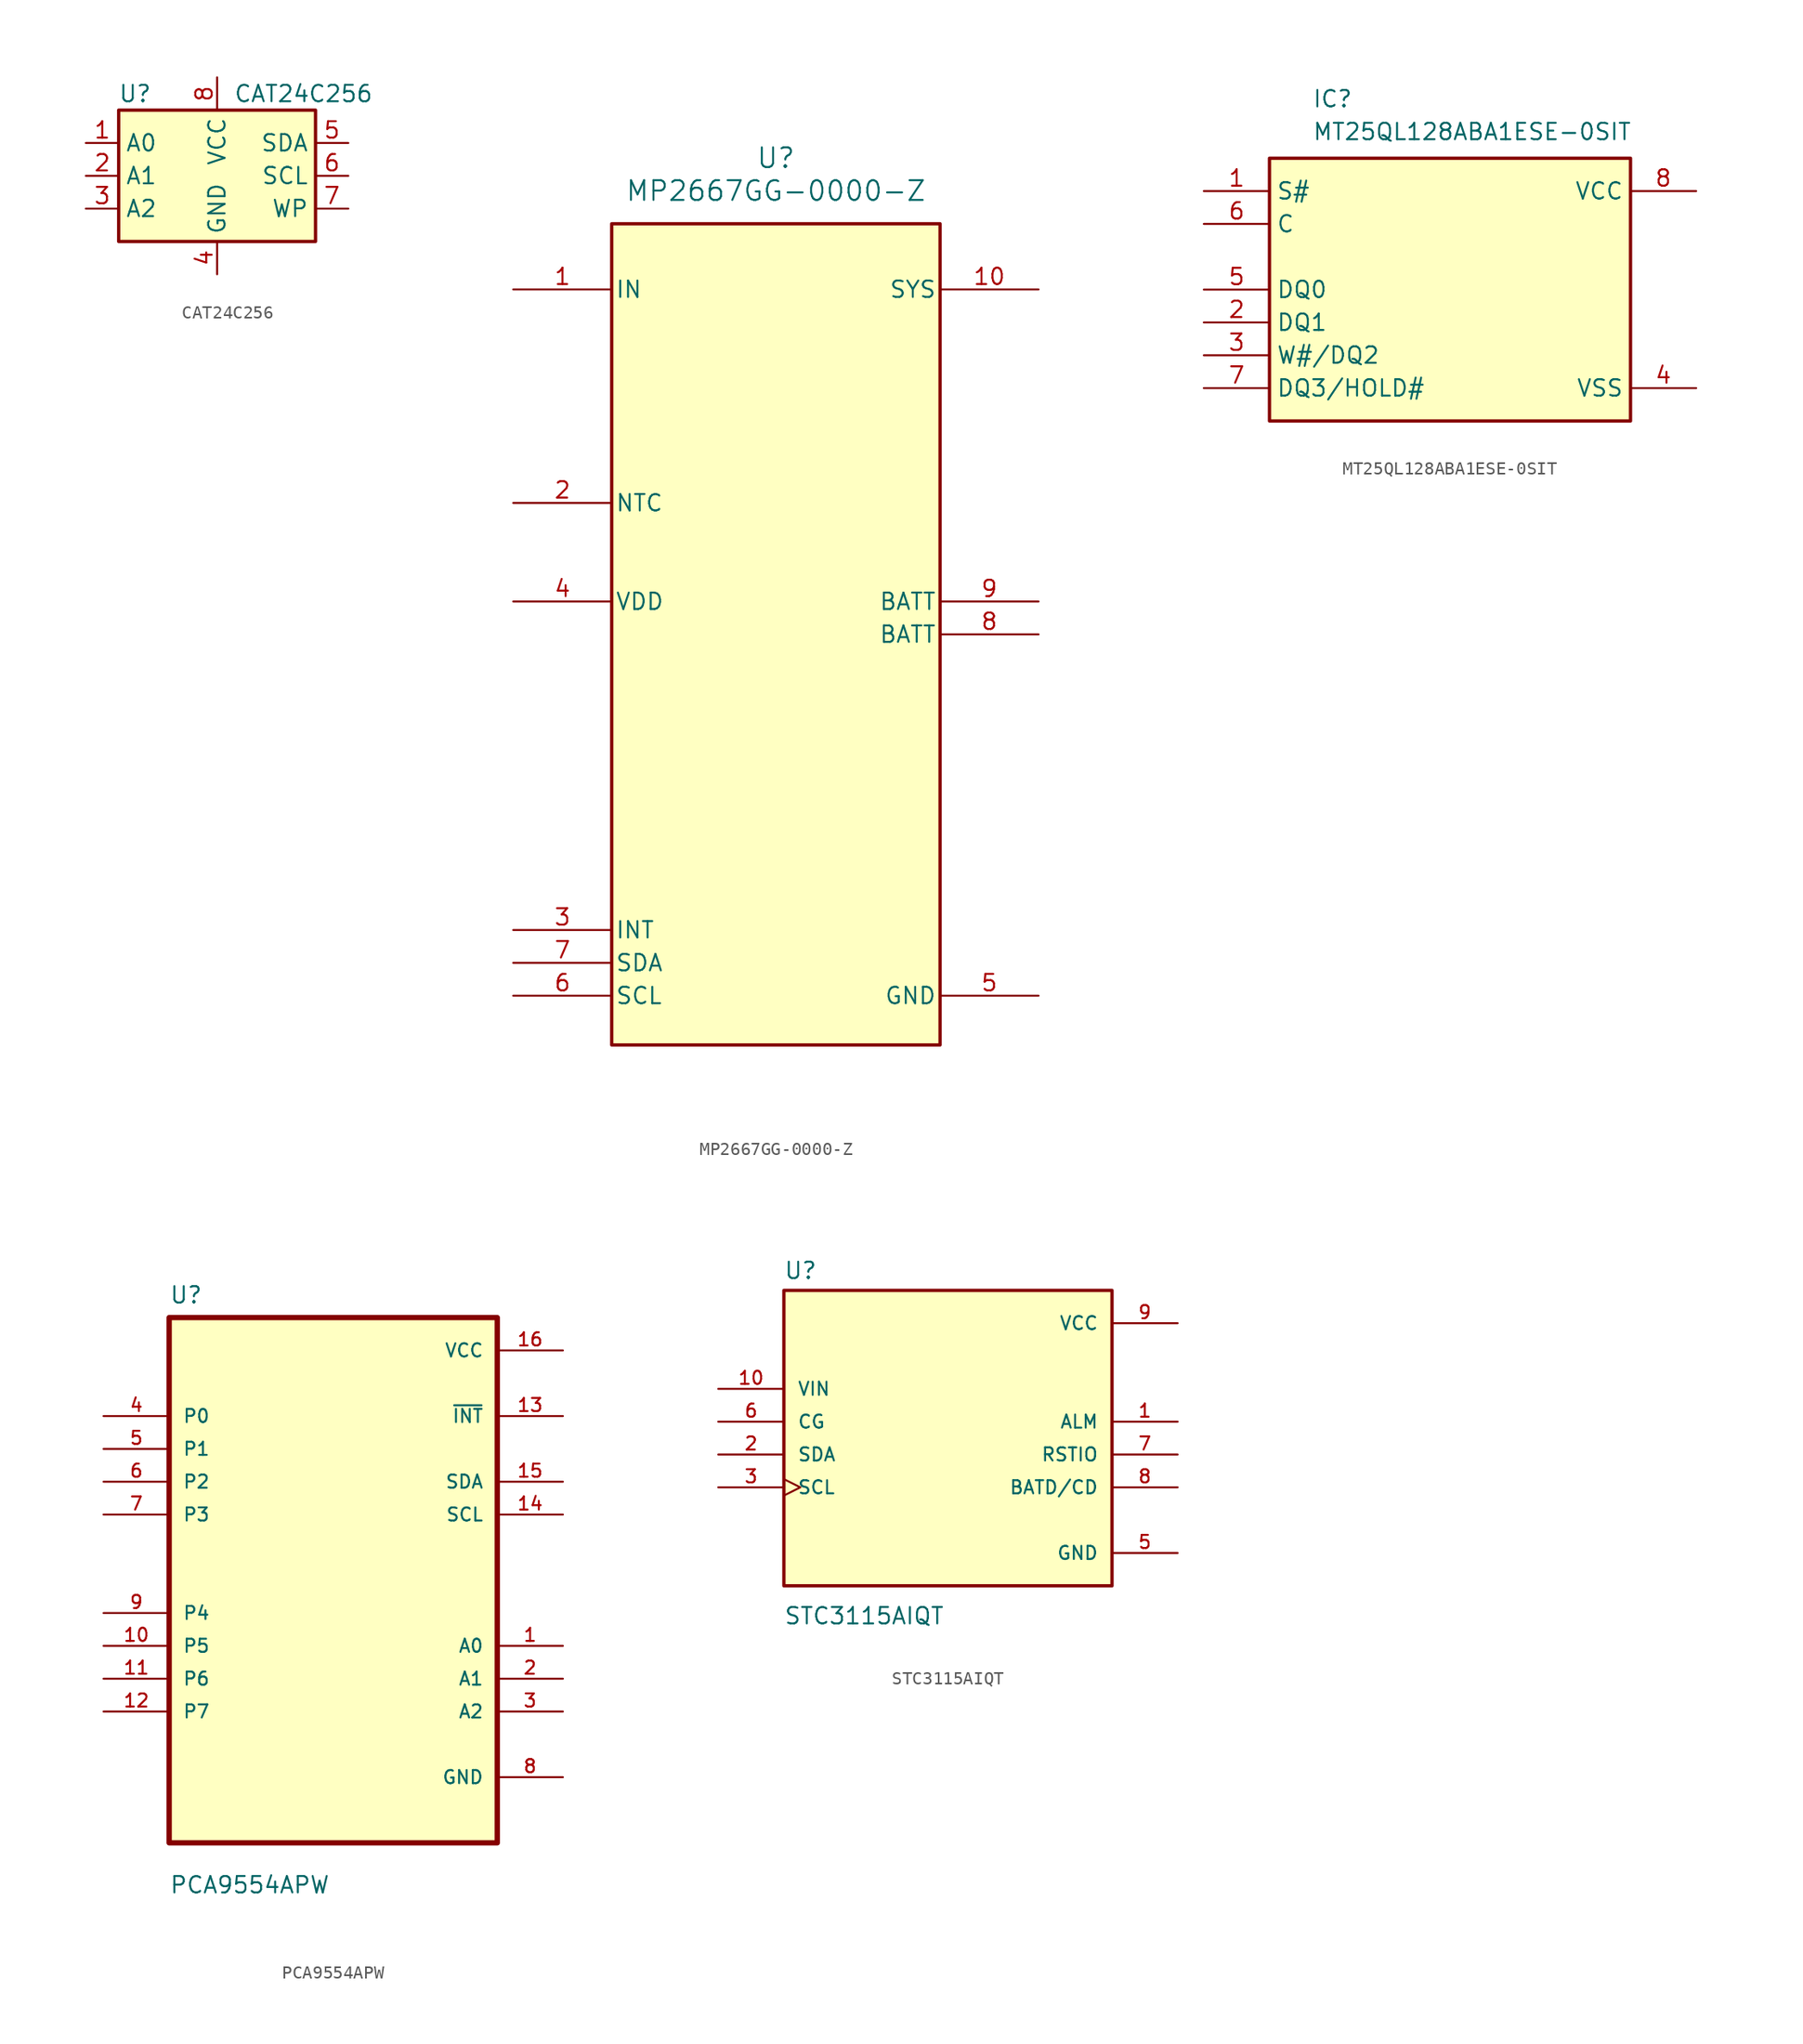
<source format=kicad_sym>
(kicad_symbol_lib
  (version 20241209)
  (generator "kicad_symbol_editor")
  (generator_version "9.0")
  (symbol "CAT24C256"
    (property "Reference" "U"
      (at -6.35 6.35 0)
      (effects (font (size 1.27 1.27))))
    (property "Value" "CAT24C256"
      (at 1.27 6.35 0)
      (effects (font (size 1.27 1.27)) (justify left)))
    (symbol "CAT24C256_1_1"
      (rectangle (start -7.62 5.08) (end 7.62 -5.08) (stroke (width 0.254) (type default)) (fill (type background)))
      (pin input line (at -10.16 2.54 0) (length 2.54) (name "A0" (effects (font (size 1.27 1.27)))) (number "1" (effects (font (size 1.27 1.27)))))
      (pin input line (at -10.16 0 0) (length 2.54) (name "A1" (effects (font (size 1.27 1.27)))) (number "2" (effects (font (size 1.27 1.27)))))
      (pin input line (at -10.16 -2.54 0) (length 2.54) (name "A2" (effects (font (size 1.27 1.27)))) (number "3" (effects (font (size 1.27 1.27)))))
      (pin power_in line (at 0 7.62 270) (length 2.54) (name "VCC" (effects (font (size 1.27 1.27)))) (number "8" (effects (font (size 1.27 1.27)))))
      (pin power_in line (at 0 -7.62 90) (length 2.54) (name "GND" (effects (font (size 1.27 1.27)))) (number "4" (effects (font (size 1.27 1.27)))))
      (pin bidirectional line (at 10.16 2.54 180) (length 2.54) (name "SDA" (effects (font (size 1.27 1.27)))) (number "5" (effects (font (size 1.27 1.27)))))
      (pin input line (at 10.16 0 180) (length 2.54) (name "SCL" (effects (font (size 1.27 1.27)))) (number "6" (effects (font (size 1.27 1.27)))))
      (pin input line (at 10.16 -2.54 180) (length 2.54) (name "WP" (effects (font (size 1.27 1.27)))) (number "7" (effects (font (size 1.27 1.27)))))))
  (symbol "MP2667GG-0000-Z"
    (pin_names
      (offset 0.254))
    (property "Reference" "U"
      (at 20.32 10.16 0)
      (effects (font (size 1.524 1.524))))
    (property "Value" "MP2667GG-0000-Z"
      (at 20.32 7.62 0)
      (effects (font (size 1.524 1.524))))
    (symbol "MP2667GG-0000-Z_0_1"
      (pin power_in line (at 0 0 0) (length 7.62) (name "IN" (effects (font (size 1.27 1.27)))) (number "1" (effects (font (size 1.27 1.27)))))
      (pin input line (at 0 -16.51 0) (length 7.62) (name "NTC" (effects (font (size 1.27 1.27)))) (number "2" (effects (font (size 1.27 1.27)))))
      (pin input line (at 0 -24.13 0) (length 7.62) (name "VDD" (effects (font (size 1.27 1.27)))) (number "4" (effects (font (size 1.27 1.27)))))
      (pin output line (at 0 -49.53 0) (length 7.62) (name "INT" (effects (font (size 1.27 1.27)))) (number "3" (effects (font (size 1.27 1.27)))))
      (pin bidirectional line (at 0 -52.07 0) (length 7.62) (name "SDA" (effects (font (size 1.27 1.27)))) (number "7" (effects (font (size 1.27 1.27)))))
      (pin bidirectional line (at 0 -54.61 0) (length 7.62) (name "SCL" (effects (font (size 1.27 1.27)))) (number "6" (effects (font (size 1.27 1.27)))))
      (pin power_in line (at 40.64 0 180) (length 7.62) (name "SYS" (effects (font (size 1.27 1.27)))) (number "10" (effects (font (size 1.27 1.27)))))
      (pin power_in line (at 40.64 -24.13 180) (length 7.62) (name "BATT" (effects (font (size 1.27 1.27)))) (number "9" (effects (font (size 1.27 1.27)))))
      (pin power_in line (at 40.64 -26.67 180) (length 7.62) (name "BATT" (effects (font (size 1.27 1.27)))) (number "8" (effects (font (size 1.27 1.27)))))
      (pin power_in line (at 40.64 -54.61 180) (length 7.62) (name "GND" (effects (font (size 1.27 1.27)))) (number "5" (effects (font (size 1.27 1.27))))))
    (symbol "MP2667GG-0000-Z_1_1"
      (rectangle (start 7.62 5.08) (end 33.02 -58.42) (stroke (width 0.254) (type default)) (fill (type background)))))
  (symbol "MT25QL128ABA1ESE-0SIT"
    (property "Reference" "IC"
      (at 8.382 7.874 0)
      (effects (font (size 1.27 1.27)) (justify left top)))
    (property "Value" "MT25QL128ABA1ESE-0SIT"
      (at 8.382 5.334 0)
      (effects (font (size 1.27 1.27)) (justify left top)))
    (symbol "MT25QL128ABA1ESE-0SIT_1_1"
      (rectangle (start 5.08 2.54) (end 33.02 -17.78) (stroke (width 0.254) (type default)) (fill (type background)))
      (pin passive line (at 0 0 0) (length 5.08) (name "S#" (effects (font (size 1.27 1.27)))) (number "1" (effects (font (size 1.27 1.27)))))
      (pin passive line (at 0 -2.54 0) (length 5.08) (name "C" (effects (font (size 1.27 1.27)))) (number "6" (effects (font (size 1.27 1.27)))))
      (pin passive line (at 0 -7.62 0) (length 5.08) (name "DQ0" (effects (font (size 1.27 1.27)))) (number "5" (effects (font (size 1.27 1.27)))))
      (pin passive line (at 0 -10.16 0) (length 5.08) (name "DQ1" (effects (font (size 1.27 1.27)))) (number "2" (effects (font (size 1.27 1.27)))))
      (pin passive line (at 0 -12.7 0) (length 5.08) (name "W#/DQ2" (effects (font (size 1.27 1.27)))) (number "3" (effects (font (size 1.27 1.27)))))
      (pin passive line (at 0 -15.24 0) (length 5.08) (name "DQ3/HOLD#" (effects (font (size 1.27 1.27)))) (number "7" (effects (font (size 1.27 1.27)))))
      (pin passive line (at 38.1 0 180) (length 5.08) (name "VCC" (effects (font (size 1.27 1.27)))) (number "8" (effects (font (size 1.27 1.27)))))
      (pin passive line (at 38.1 -15.24 180) (length 5.08) (name "VSS" (effects (font (size 1.27 1.27)))) (number "4" (effects (font (size 1.27 1.27)))))))
  (symbol "PCA9554APW"
    (pin_names
      (offset 1.016))
    (property "Reference" "U"
      (at -12.7 21.32 0)
      (effects (font (size 1.27 1.27)) (justify left bottom)))
    (property "Value" "PCA9554APW"
      (at -12.7 -24.32 0)
      (effects (font (size 1.27 1.27)) (justify left bottom)))
    (symbol "PCA9554APW_0_0"
      (rectangle (start -12.7 -20.32) (end 12.7 20.32) (stroke (width 0.41) (type default)) (fill (type background)))
      (pin bidirectional line (at -17.78 12.7 0) (length 5.08) (name "P0" (effects (font (size 1.016 1.016)))) (number "4" (effects (font (size 1.016 1.016)))))
      (pin bidirectional line (at -17.78 10.16 0) (length 5.08) (name "P1" (effects (font (size 1.016 1.016)))) (number "5" (effects (font (size 1.016 1.016)))))
      (pin bidirectional line (at -17.78 7.62 0) (length 5.08) (name "P2" (effects (font (size 1.016 1.016)))) (number "6" (effects (font (size 1.016 1.016)))))
      (pin bidirectional line (at -17.78 5.08 0) (length 5.08) (name "P3" (effects (font (size 1.016 1.016)))) (number "7" (effects (font (size 1.016 1.016)))))
      (pin bidirectional line (at -17.78 -2.54 0) (length 5.08) (name "P4" (effects (font (size 1.016 1.016)))) (number "9" (effects (font (size 1.016 1.016)))))
      (pin bidirectional line (at -17.78 -5.08 0) (length 5.08) (name "P5" (effects (font (size 1.016 1.016)))) (number "10" (effects (font (size 1.016 1.016)))))
      (pin bidirectional line (at -17.78 -7.62 0) (length 5.08) (name "P6" (effects (font (size 1.016 1.016)))) (number "11" (effects (font (size 1.016 1.016)))))
      (pin bidirectional line (at -17.78 -10.16 0) (length 5.08) (name "P7" (effects (font (size 1.016 1.016)))) (number "12" (effects (font (size 1.016 1.016)))))
      (pin power_in line (at 17.78 17.78 180) (length 5.08) (name "VCC" (effects (font (size 1.016 1.016)))) (number "16" (effects (font (size 1.016 1.016)))))
      (pin output line (at 17.78 12.7 180) (length 5.08) (name "~{INT}" (effects (font (size 1.016 1.016)))) (number "13" (effects (font (size 1.016 1.016)))))
      (pin bidirectional line (at 17.78 7.62 180) (length 5.08) (name "SDA" (effects (font (size 1.016 1.016)))) (number "15" (effects (font (size 1.016 1.016)))))
      (pin input line (at 17.78 5.08 180) (length 5.08) (name "SCL" (effects (font (size 1.016 1.016)))) (number "14" (effects (font (size 1.016 1.016)))))
      (pin input line (at 17.78 -5.08 180) (length 5.08) (name "A0" (effects (font (size 1.016 1.016)))) (number "1" (effects (font (size 1.016 1.016)))))
      (pin input line (at 17.78 -7.62 180) (length 5.08) (name "A1" (effects (font (size 1.016 1.016)))) (number "2" (effects (font (size 1.016 1.016)))))
      (pin input line (at 17.78 -10.16 180) (length 5.08) (name "A2" (effects (font (size 1.016 1.016)))) (number "3" (effects (font (size 1.016 1.016)))))
      (pin power_in line (at 17.78 -15.24 180) (length 5.08) (name "GND" (effects (font (size 1.016 1.016)))) (number "8" (effects (font (size 1.016 1.016)))))))
  (symbol "STC3115AIQT"
    (pin_names
      (offset 1.016))
    (property "Reference" "U"
      (at -12.724 13.488 0)
      (effects (font (size 1.27 1.27)) (justify left bottom)))
    (property "Value" "STC3115AIQT"
      (at -12.722 -13.231 0)
      (effects (font (size 1.27 1.27)) (justify left bottom)))
    (symbol "STC3115AIQT_0_0"
      (rectangle (start -12.7 -10.16) (end 12.7 12.7) (stroke (width 0.254) (type default)) (fill (type background)))
      (pin input line (at -17.78 5.08 0) (length 5.08) (name "VIN" (effects (font (size 1.016 1.016)))) (number "10" (effects (font (size 1.016 1.016)))))
      (pin input line (at -17.78 2.54 0) (length 5.08) (name "CG" (effects (font (size 1.016 1.016)))) (number "6" (effects (font (size 1.016 1.016)))))
      (pin bidirectional line (at -17.78 0 0) (length 5.08) (name "SDA" (effects (font (size 1.016 1.016)))) (number "2" (effects (font (size 1.016 1.016)))))
      (pin input clock (at -17.78 -2.54 0) (length 5.08) (name "SCL" (effects (font (size 1.016 1.016)))) (number "3" (effects (font (size 1.016 1.016)))))
      (pin power_in line (at 17.78 10.16 180) (length 5.08) (name "VCC" (effects (font (size 1.016 1.016)))) (number "9" (effects (font (size 1.016 1.016)))))
      (pin bidirectional line (at 17.78 2.54 180) (length 5.08) (name "ALM" (effects (font (size 1.016 1.016)))) (number "1" (effects (font (size 1.016 1.016)))))
      (pin bidirectional line (at 17.78 0 180) (length 5.08) (name "RSTIO" (effects (font (size 1.016 1.016)))) (number "7" (effects (font (size 1.016 1.016)))))
      (pin bidirectional line (at 17.78 -2.54 180) (length 5.08) (name "BATD/CD" (effects (font (size 1.016 1.016)))) (number "8" (effects (font (size 1.016 1.016)))))
      (pin power_in line (at 17.78 -7.62 180) (length 5.08) (name "GND" (effects (font (size 1.016 1.016)))) (number "5" (effects (font (size 1.016 1.016))))))))
</source>
